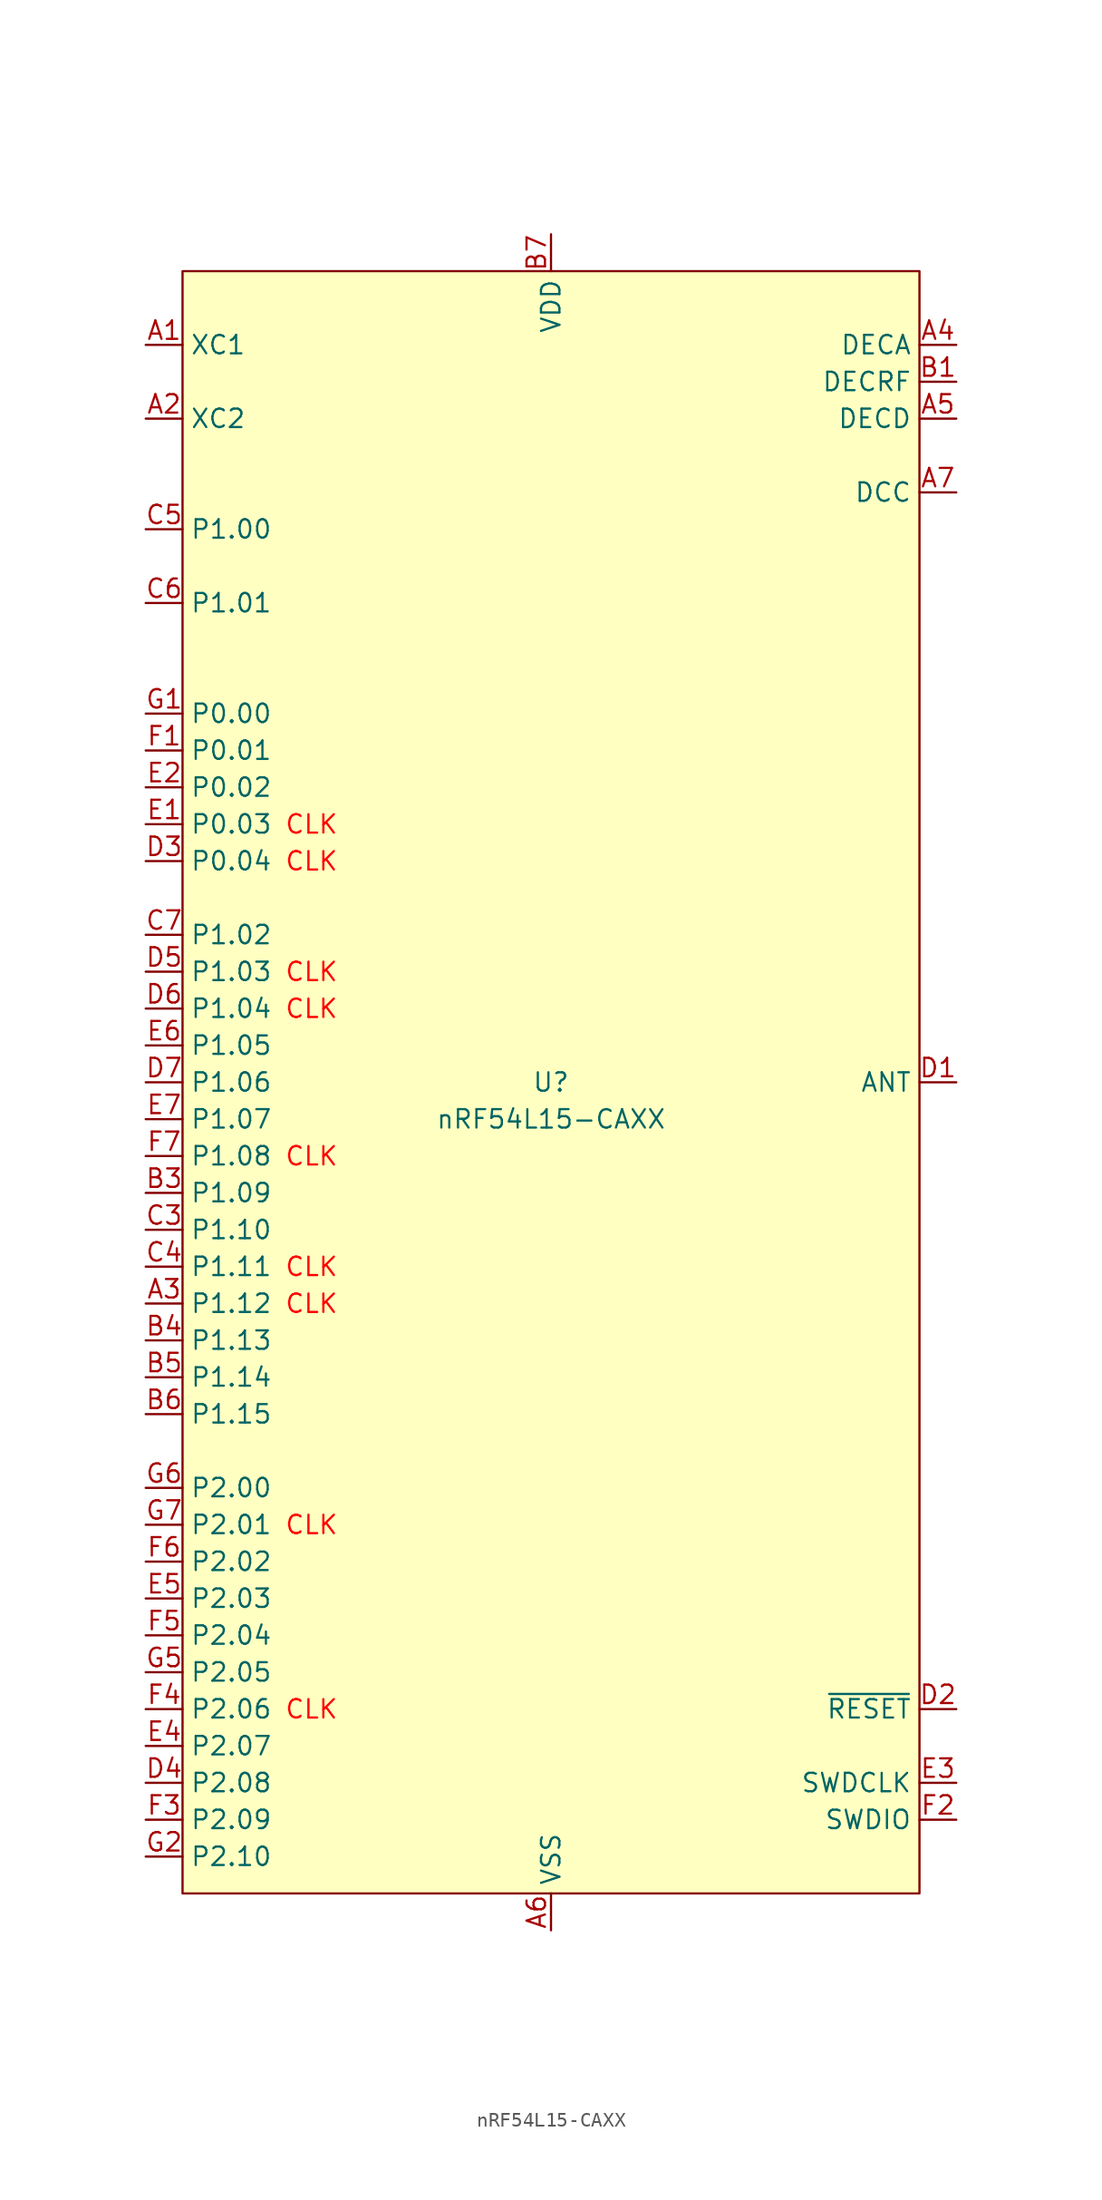
<source format=kicad_sym>
(kicad_symbol_lib
  (version 20231120)
  (generator "kicad_symbol_editor")
  (generator_version "8.99")
  (symbol "nRF54L15-CAXX"
    (property "Reference" "U"
      (at 0 0 0)
      (effects (font (size 1.27 1.27))))
    (property "Value" "nRF54L15-CAXX"
      (at 0 -2.54 0)
      (effects (font (size 1.27 1.27))))
    (symbol "nRF54L15-CAXX_1_0"
      (pin bidirectional line (at -27.94 50.8 0) (length 2.54) (name "XC1" (effects (font (size 1.27 1.27)))) (number "A1" (effects (font (size 1.27 1.27)))))
      (pin bidirectional line (at -27.94 45.72 0) (length 2.54) (name "XC2" (effects (font (size 1.27 1.27)))) (number "A2" (effects (font (size 1.27 1.27)))))
      (pin bidirectional line (at -27.94 38.1 0) (length 2.54) (name "P1.00" (effects (font (size 1.27 1.27)))) (number "C5" (effects (font (size 1.27 1.27)))) (alternate "XL1" bidirectional line))
      (pin bidirectional line (at -27.94 33.02 0) (length 2.54) (name "P1.01" (effects (font (size 1.27 1.27)))) (number "C6" (effects (font (size 1.27 1.27)))) (alternate "XL2" bidirectional line))
      (pin bidirectional line (at -27.94 25.4 0) (length 2.54) (name "P0.00" (effects (font (size 1.27 1.27)))) (number "G1" (effects (font (size 1.27 1.27)))))
      (pin bidirectional line (at -27.94 22.86 0) (length 2.54) (name "P0.01" (effects (font (size 1.27 1.27)))) (number "F1" (effects (font (size 1.27 1.27)))))
      (pin bidirectional line (at -27.94 20.32 0) (length 2.54) (name "P0.02" (effects (font (size 1.27 1.27)))) (number "E2" (effects (font (size 1.27 1.27)))))
      (pin bidirectional line (at -27.94 17.78 0) (length 2.54) (name "P0.03" (effects (font (size 1.27 1.27)))) (number "E1" (effects (font (size 1.27 1.27)))) (alternate "GRTCPWM" output line))
      (pin bidirectional line (at -27.94 15.24 0) (length 2.54) (name "P0.04" (effects (font (size 1.27 1.27)))) (number "D3" (effects (font (size 1.27 1.27)))) (alternate "GRTCLFCLKOUT" output line))
      (pin bidirectional line (at -27.94 10.16 0) (length 2.54) (name "P1.02" (effects (font (size 1.27 1.27)))) (number "C7" (effects (font (size 1.27 1.27)))) (alternate "NFC1" bidirectional line))
      (pin bidirectional line (at -27.94 7.62 0) (length 2.54) (name "P1.03" (effects (font (size 1.27 1.27)))) (number "D5" (effects (font (size 1.27 1.27)))) (alternate "NFC2" bidirectional line))
      (pin bidirectional line (at -27.94 5.08 0) (length 2.54) (name "P1.04" (effects (font (size 1.27 1.27)))) (number "D6" (effects (font (size 1.27 1.27)))) (alternate "AIN0" input line) (alternate "ASO[0]" output line))
      (pin bidirectional line (at -27.94 2.54 0) (length 2.54) (name "P1.05" (effects (font (size 1.27 1.27)))) (number "E6" (effects (font (size 1.27 1.27)))) (alternate "AIN1" bidirectional line) (alternate "ASI[0]" input line))
      (pin bidirectional line (at -27.94 0 0) (length 2.54) (name "P1.06" (effects (font (size 1.27 1.27)))) (number "D7" (effects (font (size 1.27 1.27)))) (alternate "AIN2" input line) (alternate "ASO[1]" output line))
      (pin bidirectional line (at -27.94 -2.54 0) (length 2.54) (name "P1.07" (effects (font (size 1.27 1.27)))) (number "E7" (effects (font (size 1.27 1.27)))) (alternate "AIN3" input line) (alternate "ASI[1]" input line))
      (pin bidirectional line (at -27.94 -5.08 0) (length 2.54) (name "P1.08" (effects (font (size 1.27 1.27)))) (number "F7" (effects (font (size 1.27 1.27)))) (alternate "EXTREF" input line) (alternate "GRTCHFOUT" output line) (alternate "TAMPC.EXT" bidirectional line))
      (pin bidirectional line (at -27.94 -7.62 0) (length 2.54) (name "P1.09" (effects (font (size 1.27 1.27)))) (number "B3" (effects (font (size 1.27 1.27)))) (alternate "ASO[2]" output line) (alternate "RADIO[0]" bidirectional line))
      (pin bidirectional line (at -27.94 -10.16 0) (length 2.54) (name "P1.10" (effects (font (size 1.27 1.27)))) (number "C3" (effects (font (size 1.27 1.27)))) (alternate "ASI[2]" input line) (alternate "RADIO[1]" bidirectional line))
      (pin bidirectional line (at -27.94 -12.7 0) (length 2.54) (name "P1.11" (effects (font (size 1.27 1.27)))) (number "C4" (effects (font (size 1.27 1.27)))) (alternate "AIN4" input line) (alternate "ASO[3]" output line))
      (pin bidirectional line (at -27.94 -15.24 0) (length 2.54) (name "P1.12" (effects (font (size 1.27 1.27)))) (number "A3" (effects (font (size 1.27 1.27)))) (alternate "AIN5" input line) (alternate "ASI[3]" input line) (alternate "RADIO[3]" bidirectional line))
      (pin bidirectional line (at -27.94 -17.78 0) (length 2.54) (name "P1.13" (effects (font (size 1.27 1.27)))) (number "B4" (effects (font (size 1.27 1.27)))) (alternate "AIN6" input line))
      (pin bidirectional line (at -27.94 -20.32 0) (length 2.54) (name "P1.14" (effects (font (size 1.27 1.27)))) (number "B5" (effects (font (size 1.27 1.27)))) (alternate "AIN7" input line) (alternate "RADIO[5]" bidirectional line))
      (pin bidirectional line (at -27.94 -22.86 0) (length 2.54) (name "P1.15" (effects (font (size 1.27 1.27)))) (number "B6" (effects (font (size 1.27 1.27)))))
      (pin bidirectional line (at -27.94 -27.94 0) (length 2.54) (name "P2.00" (effects (font (size 1.27 1.27)))) (number "G6" (effects (font (size 1.27 1.27)))) (alternate "QSPI_D3" bidirectional line) (alternate "SPIM_DCX" output line) (alternate "UARTE_RXD" input line))
      (pin bidirectional line (at -27.94 -30.48 0) (length 2.54) (name "P2.01" (effects (font (size 1.27 1.27)))) (number "G7" (effects (font (size 1.27 1.27)))) (alternate "QSPI_SCK" output line) (alternate "SPIM_SCK" output line) (alternate "SPIS_SCK" output line))
      (pin bidirectional line (at -27.94 -33.02 0) (length 2.54) (name "P2.02" (effects (font (size 1.27 1.27)))) (number "F6" (effects (font (size 1.27 1.27)))) (alternate "QSPI_D0" bidirectional line) (alternate "SPIM_MOSI" output line) (alternate "SPIS_MISO" output line) (alternate "SWO" output line) (alternate "UARTE_TXD" output line))
      (pin bidirectional line (at -27.94 -35.56 0) (length 2.54) (name "P2.03" (effects (font (size 1.27 1.27)))) (number "E5" (effects (font (size 1.27 1.27)))) (alternate "QSPI_D2" bidirectional line))
      (pin bidirectional line (at -27.94 -38.1 0) (length 2.54) (name "P2.04" (effects (font (size 1.27 1.27)))) (number "F5" (effects (font (size 1.27 1.27)))) (alternate "QSPI_D1" bidirectional line) (alternate "SPIM_MISO" input line) (alternate "SPIS_MOSI" input line) (alternate "UARTE_CTS" input line))
      (pin bidirectional line (at -27.94 -40.64 0) (length 2.54) (name "P2.05" (effects (font (size 1.27 1.27)))) (number "G5" (effects (font (size 1.27 1.27)))) (alternate "QSPI_CS" output line) (alternate "SPIM_CS" output line) (alternate "UARTE_RTS" output line))
      (pin bidirectional line (at -27.94 -43.18 0) (length 2.54) (name "P2.06" (effects (font (size 1.27 1.27)))) (number "F4" (effects (font (size 1.27 1.27)))) (alternate "SPIM_SCK" output line) (alternate "SPIS_SCK" input line) (alternate "TRACE_CLK" input line))
      (pin bidirectional line (at -27.94 -45.72 0) (length 2.54) (name "P2.07" (effects (font (size 1.27 1.27)))) (number "E4" (effects (font (size 1.27 1.27)))) (alternate "SPIM_DCX" output line) (alternate "SWO" output line) (alternate "TRACEDATA[0]" output line) (alternate "UARTE_RXD" input line))
      (pin bidirectional line (at -27.94 -48.26 0) (length 2.54) (name "P2.08" (effects (font (size 1.27 1.27)))) (number "D4" (effects (font (size 1.27 1.27)))) (alternate "SPIM_MOSI" output line) (alternate "SPIS_MISO" input line) (alternate "TRACEDATA[1]" output line) (alternate "UARTE_TXD" output line))
      (pin bidirectional line (at -27.94 -50.8 0) (length 2.54) (name "P2.09" (effects (font (size 1.27 1.27)))) (number "F3" (effects (font (size 1.27 1.27)))) (alternate "SPIM_MISO" input line) (alternate "SPIS_MOSI" input line) (alternate "TRACEDATA[2]" output line) (alternate "UARTE_CTS" input line))
      (pin bidirectional line (at -27.94 -53.34 0) (length 2.54) (name "P2.10" (effects (font (size 1.27 1.27)))) (number "G2" (effects (font (size 1.27 1.27)))) (alternate "SPIM_CS" output line) (alternate "TRACEDATA[3]" output line) (alternate "UARTE_RTS" output line))
      (pin power_in line (at 0 58.42 270) (length 2.54) (name "VDD" (effects (font (size 1.27 1.27)))) (number "B7" (effects (font (size 1.27 1.27)))))
      (pin passive line (at 0 58.42 270) (length 2.54) hide (name "VDD" (effects (font (size 1.27 1.27)))) (number "G3" (effects (font (size 1.27 1.27)))))
      (pin power_in line (at 0 -58.42 90) (length 2.54) (name "VSS" (effects (font (size 1.27 1.27)))) (number "A6" (effects (font (size 1.27 1.27)))))
      (pin passive line (at 0 -58.42 90) (length 2.54) hide (name "VSS_PA" (effects (font (size 1.27 1.27)))) (number "C2" (effects (font (size 1.27 1.27)))))
      (pin passive line (at 0 -58.42 90) (length 2.54) hide (name "VSS" (effects (font (size 1.27 1.27)))) (number "G4" (effects (font (size 1.27 1.27)))))
      (pin passive line (at 27.94 50.8 180) (length 2.54) (name "DECA" (effects (font (size 1.27 1.27)))) (number "A4" (effects (font (size 1.27 1.27)))))
      (pin passive line (at 27.94 45.72 180) (length 2.54) (name "DECD" (effects (font (size 1.27 1.27)))) (number "A5" (effects (font (size 1.27 1.27)))))
      (pin power_out line (at 27.94 40.64 180) (length 2.54) (name "DCC" (effects (font (size 1.27 1.27)))) (number "A7" (effects (font (size 1.27 1.27)))))
      (pin output line (at 27.94 0 180) (length 2.54) (name "ANT" (effects (font (size 1.27 1.27)))) (number "D1" (effects (font (size 1.27 1.27)))))
      (pin input line (at 27.94 -43.18 180) (length 2.54) (name "~{RESET}" (effects (font (size 1.27 1.27)))) (number "D2" (effects (font (size 1.27 1.27)))))
      (pin input line (at 27.94 -48.26 180) (length 2.54) (name "SWDCLK" (effects (font (size 1.27 1.27)))) (number "E3" (effects (font (size 1.27 1.27)))))
      (pin bidirectional line (at 27.94 -50.8 180) (length 2.54) (name "SWDIO" (effects (font (size 1.27 1.27)))) (number "F2" (effects (font (size 1.27 1.27))))))
    (symbol "nRF54L15-CAXX_1_1"
      (rectangle (start -25.4 55.88) (end 25.4 -55.88) (stroke (width 0) (type default)) (fill (type background)))
      (text "CLK" (at -16.51 17.78 0) (effects (font (size 1.27 1.27) (color 255 0 0 1))))
      (text "CLK" (at -16.51 15.24 0) (effects (font (size 1.27 1.27) (color 255 0 0 1))))
      (text "CLK" (at -16.51 7.62 0) (effects (font (size 1.27 1.27) (color 255 0 0 1))))
      (text "CLK" (at -16.51 5.08 0) (effects (font (size 1.27 1.27) (color 255 0 0 1))))
      (text "CLK" (at -16.51 -5.08 0) (effects (font (size 1.27 1.27) (color 255 0 0 1))))
      (text "CLK" (at -16.51 -12.7 0) (effects (font (size 1.27 1.27) (color 255 0 0 1))))
      (text "CLK" (at -16.51 -15.24 0) (effects (font (size 1.27 1.27) (color 255 0 0 1))))
      (text "CLK" (at -16.51 -30.48 0) (effects (font (size 1.27 1.27) (color 255 0 0 1))))
      (text "CLK" (at -16.51 -43.18 0) (effects (font (size 1.27 1.27) (color 255 0 0 1))))
      (pin passive line (at 27.94 48.26 180) (length 2.54) (name "DECRF" (effects (font (size 1.27 1.27)))) (number "B1" (effects (font (size 1.27 1.27))))))))
</source>
